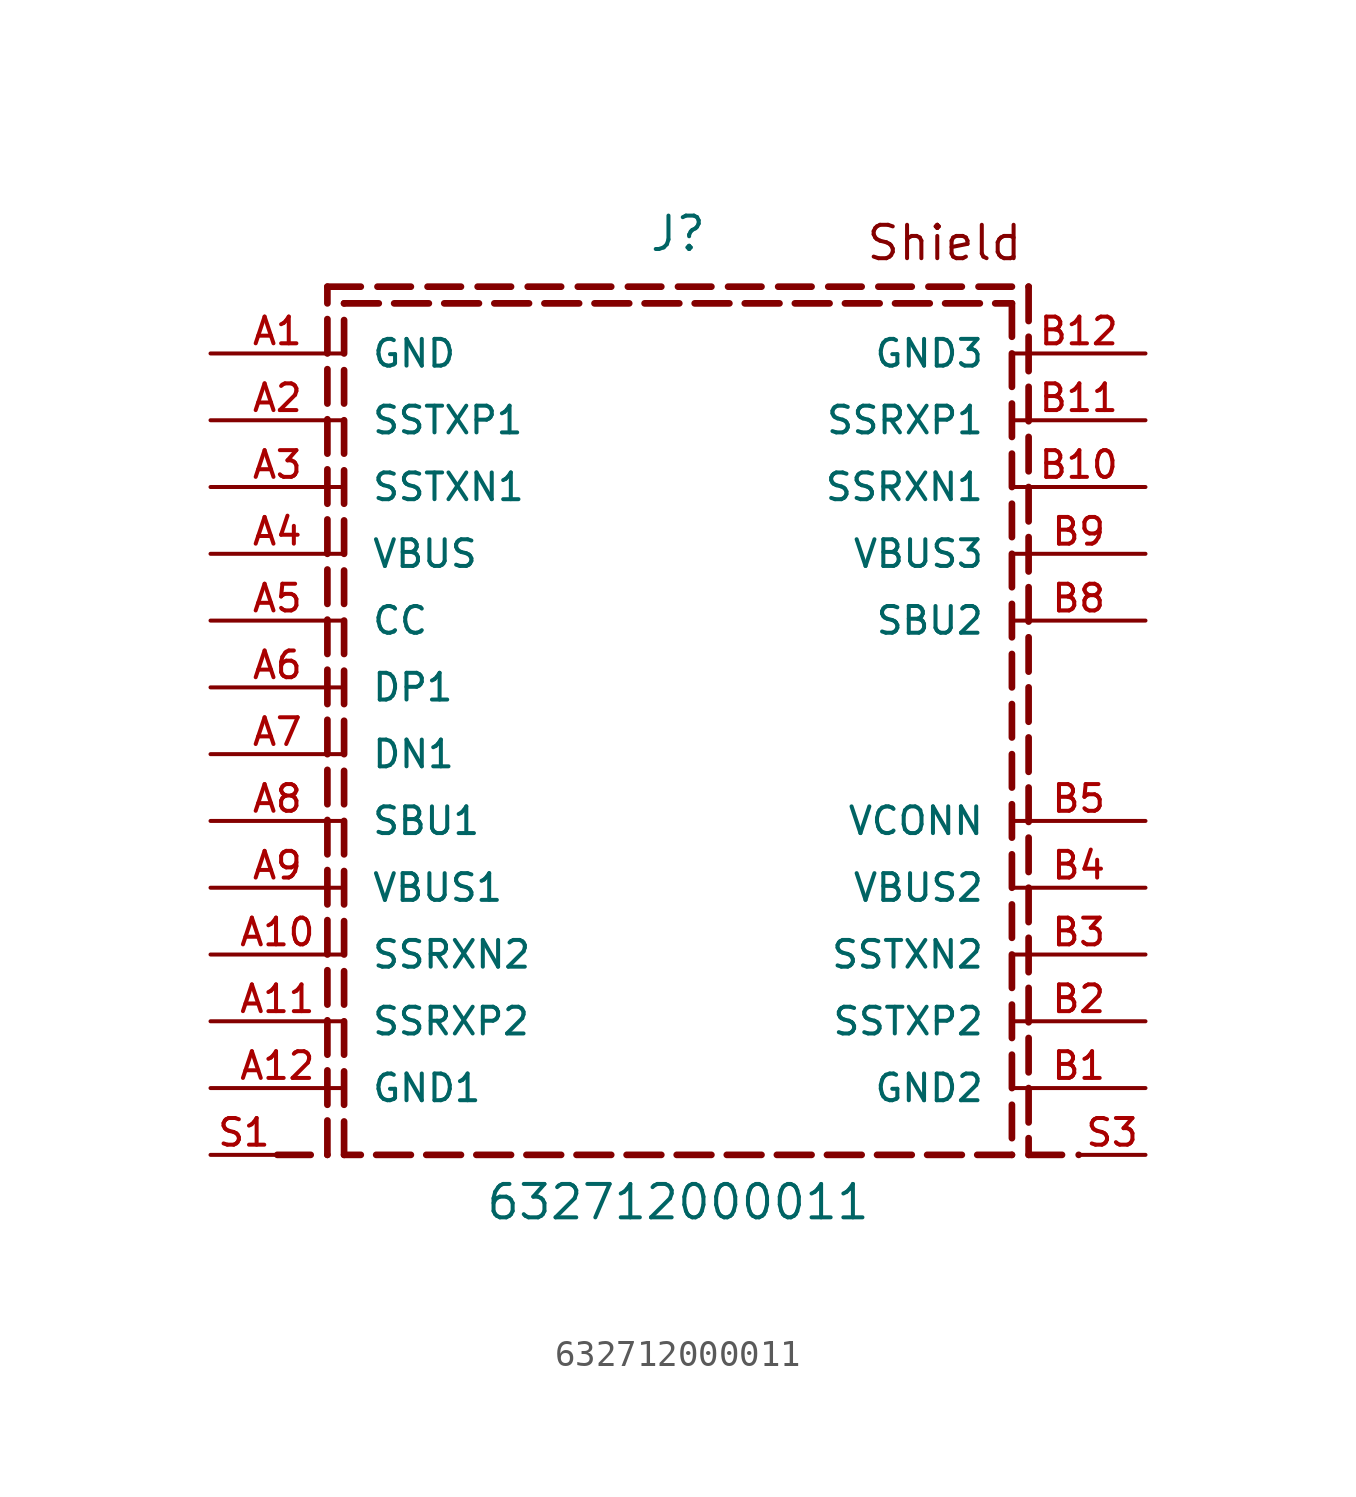
<source format=kicad_sym>
(kicad_symbol_lib
  (version 20211014)
  (generator kicad_symbol_editor)
  (symbol "632712000011"
    (pin_names
      (offset 1.016))
    (property "Reference" "J"
      (at 0.0 16.51 0)
      (effects (font (size 1.27 1.27)) (justify bottom)))
    (property "Value" "632712000011"
      (at 0.0 -20.32 0)
      (effects (font (size 1.27 1.27)) (justify bottom)))
    (symbol "632712000011_0_0"
      (text "Shield" (at 7.1 16.16 0) (effects (font (size 1.27 1.27)) (justify bottom left)))
      (polyline (pts (xy -12.7 14.605) (xy -11.381 14.605)) (stroke (width 0.254)))
      (polyline (pts (xy -10.795 14.605) (xy -9.476 14.605)) (stroke (width 0.254)))
      (polyline (pts (xy -8.89 14.605) (xy -7.571 14.605)) (stroke (width 0.254)))
      (polyline (pts (xy -6.985 14.605) (xy -5.666 14.605)) (stroke (width 0.254)))
      (polyline (pts (xy -5.08 14.605) (xy -3.761 14.605)) (stroke (width 0.254)))
      (polyline (pts (xy -3.175 14.605) (xy -1.856 14.605)) (stroke (width 0.254)))
      (polyline (pts (xy -1.27 14.605) (xy 0.049 14.605)) (stroke (width 0.254)))
      (polyline (pts (xy 0.635 14.605) (xy 1.954 14.605)) (stroke (width 0.254)))
      (polyline (pts (xy 2.54 14.605) (xy 3.859 14.605)) (stroke (width 0.254)))
      (polyline (pts (xy 4.445 14.605) (xy 5.764 14.605)) (stroke (width 0.254)))
      (polyline (pts (xy 6.35 14.605) (xy 7.669 14.605)) (stroke (width 0.254)))
      (polyline (pts (xy 8.255 14.605) (xy 9.574 14.605)) (stroke (width 0.254)))
      (polyline (pts (xy 10.16 14.605) (xy 11.479 14.605)) (stroke (width 0.254)))
      (polyline (pts (xy 12.065 14.605) (xy 12.7 14.605)) (stroke (width 0.254)))
      (polyline (pts (xy 12.7 14.605) (xy 12.7 13.335)) (stroke (width 0.254)))
      (polyline (pts (xy 12.7 12.7) (xy 12.7 11.43)) (stroke (width 0.254)))
      (polyline (pts (xy 12.7 10.795) (xy 12.7 9.525)) (stroke (width 0.254)))
      (polyline (pts (xy 12.7 8.89) (xy 12.7 7.62)) (stroke (width 0.254)))
      (polyline (pts (xy 12.7 6.985) (xy 12.7 5.715)) (stroke (width 0.254)))
      (polyline (pts (xy 12.7 5.08) (xy 12.7 3.81)) (stroke (width 0.254)))
      (polyline (pts (xy 12.7 3.175) (xy 12.7 1.905)) (stroke (width 0.254)))
      (polyline (pts (xy 12.7 1.27) (xy 12.7 0.0)) (stroke (width 0.254)))
      (polyline (pts (xy 12.7 -0.635) (xy 12.7 -1.905)) (stroke (width 0.254)))
      (polyline (pts (xy 12.7 -2.54) (xy 12.7 -3.81)) (stroke (width 0.254)))
      (polyline (pts (xy 12.7 -4.445) (xy 12.7 -5.715)) (stroke (width 0.254)))
      (polyline (pts (xy 12.7 -6.35) (xy 12.7 -7.62)) (stroke (width 0.254)))
      (polyline (pts (xy 12.7 -8.255) (xy 12.7 -9.525)) (stroke (width 0.254)))
      (polyline (pts (xy 12.7 -10.16) (xy 12.7 -11.43)) (stroke (width 0.254)))
      (polyline (pts (xy 12.7 -12.065) (xy 12.7 -13.335)) (stroke (width 0.254)))
      (polyline (pts (xy 12.7 -13.97) (xy 12.7 -15.24)) (stroke (width 0.254)))
      (polyline (pts (xy 12.7 -15.875) (xy 12.7 -17.145)) (stroke (width 0.254)))
      (polyline (pts (xy 12.7 -17.78) (xy 12.7 -17.78)) (stroke (width 0.254)))
      (polyline (pts (xy 12.7 -17.78) (xy 11.381 -17.78)) (stroke (width 0.254)))
      (polyline (pts (xy 10.795 -17.78) (xy 9.476 -17.78)) (stroke (width 0.254)))
      (polyline (pts (xy 8.89 -17.78) (xy 7.571 -17.78)) (stroke (width 0.254)))
      (polyline (pts (xy 6.985 -17.78) (xy 5.666 -17.78)) (stroke (width 0.254)))
      (polyline (pts (xy 5.08 -17.78) (xy 3.761 -17.78)) (stroke (width 0.254)))
      (polyline (pts (xy 3.175 -17.78) (xy 1.856 -17.78)) (stroke (width 0.254)))
      (polyline (pts (xy 1.27 -17.78) (xy -0.049 -17.78)) (stroke (width 0.254)))
      (polyline (pts (xy -0.635 -17.78) (xy -1.954 -17.78)) (stroke (width 0.254)))
      (polyline (pts (xy -2.54 -17.78) (xy -3.859 -17.78)) (stroke (width 0.254)))
      (polyline (pts (xy -4.445 -17.78) (xy -5.764 -17.78)) (stroke (width 0.254)))
      (polyline (pts (xy -6.35 -17.78) (xy -7.669 -17.78)) (stroke (width 0.254)))
      (polyline (pts (xy -8.255 -17.78) (xy -9.574 -17.78)) (stroke (width 0.254)))
      (polyline (pts (xy -10.16 -17.78) (xy -11.479 -17.78)) (stroke (width 0.254)))
      (polyline (pts (xy -12.065 -17.78) (xy -12.7 -17.78)) (stroke (width 0.254)))
      (polyline (pts (xy -12.7 -17.78) (xy -12.7 -16.51)) (stroke (width 0.254)))
      (polyline (pts (xy -12.7 -15.875) (xy -12.7 -14.605)) (stroke (width 0.254)))
      (polyline (pts (xy -12.7 -13.97) (xy -12.7 -12.7)) (stroke (width 0.254)))
      (polyline (pts (xy -12.7 -12.065) (xy -12.7 -10.795)) (stroke (width 0.254)))
      (polyline (pts (xy -12.7 -10.16) (xy -12.7 -8.89)) (stroke (width 0.254)))
      (polyline (pts (xy -12.7 -8.255) (xy -12.7 -6.985)) (stroke (width 0.254)))
      (polyline (pts (xy -12.7 -6.35) (xy -12.7 -5.08)) (stroke (width 0.254)))
      (polyline (pts (xy -12.7 -4.445) (xy -12.7 -3.175)) (stroke (width 0.254)))
      (polyline (pts (xy -12.7 -2.54) (xy -12.7 -1.27)) (stroke (width 0.254)))
      (polyline (pts (xy -12.7 -0.635) (xy -12.7 0.635)) (stroke (width 0.254)))
      (polyline (pts (xy -12.7 1.27) (xy -12.7 2.54)) (stroke (width 0.254)))
      (polyline (pts (xy -12.7 3.175) (xy -12.7 4.445)) (stroke (width 0.254)))
      (polyline (pts (xy -12.7 5.08) (xy -12.7 6.35)) (stroke (width 0.254)))
      (polyline (pts (xy -12.7 6.985) (xy -12.7 8.255)) (stroke (width 0.254)))
      (polyline (pts (xy -12.7 8.89) (xy -12.7 10.16)) (stroke (width 0.254)))
      (polyline (pts (xy -12.7 10.795) (xy -12.7 12.065)) (stroke (width 0.254)))
      (polyline (pts (xy -12.7 12.7) (xy -12.7 13.97)) (stroke (width 0.254)))
      (polyline (pts (xy -12.7 14.605) (xy -12.7 14.605)) (stroke (width 0.254)))
      (polyline (pts (xy -15.24 -17.78) (xy -13.97 -17.78)) (stroke (width 0.254)))
      (polyline (pts (xy -13.335 -17.78) (xy -13.335 -17.78)) (stroke (width 0.254)))
      (polyline (pts (xy -13.335 -17.78) (xy -13.335 -16.473)) (stroke (width 0.254)))
      (polyline (pts (xy -13.335 -15.875) (xy -13.335 -14.568)) (stroke (width 0.254)))
      (polyline (pts (xy -13.335 -13.97) (xy -13.335 -12.663)) (stroke (width 0.254)))
      (polyline (pts (xy -13.335 -12.065) (xy -13.335 -10.758)) (stroke (width 0.254)))
      (polyline (pts (xy -13.335 -10.16) (xy -13.335 -8.853)) (stroke (width 0.254)))
      (polyline (pts (xy -13.335 -8.255) (xy -13.335 -6.948)) (stroke (width 0.254)))
      (polyline (pts (xy -13.335 -6.35) (xy -13.335 -5.043)) (stroke (width 0.254)))
      (polyline (pts (xy -13.335 -4.445) (xy -13.335 -3.138)) (stroke (width 0.254)))
      (polyline (pts (xy -13.335 -2.54) (xy -13.335 -1.233)) (stroke (width 0.254)))
      (polyline (pts (xy -13.335 -0.635) (xy -13.335 0.672)) (stroke (width 0.254)))
      (polyline (pts (xy -13.335 1.27) (xy -13.335 2.577)) (stroke (width 0.254)))
      (polyline (pts (xy -13.335 3.175) (xy -13.335 4.482)) (stroke (width 0.254)))
      (polyline (pts (xy -13.335 5.08) (xy -13.335 6.387)) (stroke (width 0.254)))
      (polyline (pts (xy -13.335 6.985) (xy -13.335 8.292)) (stroke (width 0.254)))
      (polyline (pts (xy -13.335 8.89) (xy -13.335 10.197)) (stroke (width 0.254)))
      (polyline (pts (xy -13.335 10.795) (xy -13.335 12.102)) (stroke (width 0.254)))
      (polyline (pts (xy -13.335 12.7) (xy -13.335 14.007)) (stroke (width 0.254)))
      (polyline (pts (xy -13.335 14.605) (xy -13.335 15.24)) (stroke (width 0.254)))
      (polyline (pts (xy -13.335 15.24) (xy -12.065 15.24)) (stroke (width 0.254)))
      (polyline (pts (xy -11.43 15.24) (xy -10.16 15.24)) (stroke (width 0.254)))
      (polyline (pts (xy -9.525 15.24) (xy -8.255 15.24)) (stroke (width 0.254)))
      (polyline (pts (xy -7.62 15.24) (xy -6.35 15.24)) (stroke (width 0.254)))
      (polyline (pts (xy -5.715 15.24) (xy -4.445 15.24)) (stroke (width 0.254)))
      (polyline (pts (xy -3.81 15.24) (xy -2.54 15.24)) (stroke (width 0.254)))
      (polyline (pts (xy -1.905 15.24) (xy -0.635 15.24)) (stroke (width 0.254)))
      (polyline (pts (xy 0.0 15.24) (xy 1.27 15.24)) (stroke (width 0.254)))
      (polyline (pts (xy 1.905 15.24) (xy 3.175 15.24)) (stroke (width 0.254)))
      (polyline (pts (xy 3.81 15.24) (xy 5.08 15.24)) (stroke (width 0.254)))
      (polyline (pts (xy 5.715 15.24) (xy 6.985 15.24)) (stroke (width 0.254)))
      (polyline (pts (xy 7.62 15.24) (xy 8.89 15.24)) (stroke (width 0.254)))
      (polyline (pts (xy 9.525 15.24) (xy 10.795 15.24)) (stroke (width 0.254)))
      (polyline (pts (xy 11.43 15.24) (xy 12.7 15.24)) (stroke (width 0.254)))
      (polyline (pts (xy 13.335 15.24) (xy 13.335 15.24)) (stroke (width 0.254)))
      (polyline (pts (xy 13.335 15.24) (xy 13.335 13.933)) (stroke (width 0.254)))
      (polyline (pts (xy 13.335 13.335) (xy 13.335 12.028)) (stroke (width 0.254)))
      (polyline (pts (xy 13.335 11.43) (xy 13.335 10.123)) (stroke (width 0.254)))
      (polyline (pts (xy 13.335 9.525) (xy 13.335 8.218)) (stroke (width 0.254)))
      (polyline (pts (xy 13.335 7.62) (xy 13.335 6.313)) (stroke (width 0.254)))
      (polyline (pts (xy 13.335 5.715) (xy 13.335 4.408)) (stroke (width 0.254)))
      (polyline (pts (xy 13.335 3.81) (xy 13.335 2.503)) (stroke (width 0.254)))
      (polyline (pts (xy 13.335 1.905) (xy 13.335 0.598)) (stroke (width 0.254)))
      (polyline (pts (xy 13.335 0.0) (xy 13.335 -1.307)) (stroke (width 0.254)))
      (polyline (pts (xy 13.335 -1.905) (xy 13.335 -3.212)) (stroke (width 0.254)))
      (polyline (pts (xy 13.335 -3.81) (xy 13.335 -5.117)) (stroke (width 0.254)))
      (polyline (pts (xy 13.335 -5.715) (xy 13.335 -7.022)) (stroke (width 0.254)))
      (polyline (pts (xy 13.335 -7.62) (xy 13.335 -8.927)) (stroke (width 0.254)))
      (polyline (pts (xy 13.335 -9.525) (xy 13.335 -10.832)) (stroke (width 0.254)))
      (polyline (pts (xy 13.335 -11.43) (xy 13.335 -12.737)) (stroke (width 0.254)))
      (polyline (pts (xy 13.335 -13.335) (xy 13.335 -14.642)) (stroke (width 0.254)))
      (polyline (pts (xy 13.335 -15.24) (xy 13.335 -16.547)) (stroke (width 0.254)))
      (polyline (pts (xy 13.335 -17.145) (xy 13.335 -17.78)) (stroke (width 0.254)))
      (polyline (pts (xy 13.335 -17.78) (xy 14.605 -17.78)) (stroke (width 0.254)))
      (polyline (pts (xy 15.24 -17.78) (xy 15.24 -17.78)) (stroke (width 0.254)))
      (pin passive line (at -17.78 12.7 0) (length 5.08) (name "GND" (effects (font (size 1.016 1.016)))) (number "A1" (effects (font (size 1.016 1.016)))))
      (pin passive line (at -17.78 10.16 0) (length 5.08) (name "SSTXP1" (effects (font (size 1.016 1.016)))) (number "A2" (effects (font (size 1.016 1.016)))))
      (pin passive line (at -17.78 7.62 0) (length 5.08) (name "SSTXN1" (effects (font (size 1.016 1.016)))) (number "A3" (effects (font (size 1.016 1.016)))))
      (pin passive line (at -17.78 5.08 0) (length 5.08) (name "VBUS" (effects (font (size 1.016 1.016)))) (number "A4" (effects (font (size 1.016 1.016)))))
      (pin passive line (at -17.78 2.54 0) (length 5.08) (name "CC" (effects (font (size 1.016 1.016)))) (number "A5" (effects (font (size 1.016 1.016)))))
      (pin passive line (at -17.78 0.0 0) (length 5.08) (name "DP1" (effects (font (size 1.016 1.016)))) (number "A6" (effects (font (size 1.016 1.016)))))
      (pin passive line (at -17.78 -2.54 0) (length 5.08) (name "DN1" (effects (font (size 1.016 1.016)))) (number "A7" (effects (font (size 1.016 1.016)))))
      (pin passive line (at -17.78 -5.08 0) (length 5.08) (name "SBU1" (effects (font (size 1.016 1.016)))) (number "A8" (effects (font (size 1.016 1.016)))))
      (pin passive line (at -17.78 -7.62 0) (length 5.08) (name "VBUS1" (effects (font (size 1.016 1.016)))) (number "A9" (effects (font (size 1.016 1.016)))))
      (pin passive line (at -17.78 -10.16 0) (length 5.08) (name "SSRXN2" (effects (font (size 1.016 1.016)))) (number "A10" (effects (font (size 1.016 1.016)))))
      (pin passive line (at -17.78 -12.7 0) (length 5.08) (name "SSRXP2" (effects (font (size 1.016 1.016)))) (number "A11" (effects (font (size 1.016 1.016)))))
      (pin passive line (at -17.78 -15.24 0) (length 5.08) (name "GND1" (effects (font (size 1.016 1.016)))) (number "A12" (effects (font (size 1.016 1.016)))))
      (pin passive line (at 17.78 12.7 180.0) (length 5.08) (name "GND3" (effects (font (size 1.016 1.016)))) (number "B12" (effects (font (size 1.016 1.016)))))
      (pin passive line (at 17.78 10.16 180.0) (length 5.08) (name "SSRXP1" (effects (font (size 1.016 1.016)))) (number "B11" (effects (font (size 1.016 1.016)))))
      (pin passive line (at 17.78 7.62 180.0) (length 5.08) (name "SSRXN1" (effects (font (size 1.016 1.016)))) (number "B10" (effects (font (size 1.016 1.016)))))
      (pin passive line (at 17.78 -7.62 180.0) (length 5.08) (name "VBUS2" (effects (font (size 1.016 1.016)))) (number "B4" (effects (font (size 1.016 1.016)))))
      (pin passive line (at 17.78 2.54 180.0) (length 5.08) (name "SBU2" (effects (font (size 1.016 1.016)))) (number "B8" (effects (font (size 1.016 1.016)))))
      (pin passive line (at 17.78 -5.08 180.0) (length 5.08) (name "VCONN" (effects (font (size 1.016 1.016)))) (number "B5" (effects (font (size 1.016 1.016)))))
      (pin passive line (at 17.78 5.08 180.0) (length 5.08) (name "VBUS3" (effects (font (size 1.016 1.016)))) (number "B9" (effects (font (size 1.016 1.016)))))
      (pin passive line (at 17.78 -10.16 180.0) (length 5.08) (name "SSTXN2" (effects (font (size 1.016 1.016)))) (number "B3" (effects (font (size 1.016 1.016)))))
      (pin passive line (at 17.78 -12.7 180.0) (length 5.08) (name "SSTXP2" (effects (font (size 1.016 1.016)))) (number "B2" (effects (font (size 1.016 1.016)))))
      (pin passive line (at 17.78 -15.24 180.0) (length 5.08) (name "GND2" (effects (font (size 1.016 1.016)))) (number "B1" (effects (font (size 1.016 1.016)))))
      (pin passive line (at -17.78 -17.78 0) (length 2.54) (name "~" (effects (font (size 1.016 1.016)))) (number "S1" (effects (font (size 1.016 1.016)))))
      (pin passive line (at 17.78 -17.78 180.0) (length 2.54) (name "~" (effects (font (size 1.016 1.016)))) (number "S3" (effects (font (size 1.016 1.016))))))))
</source>
